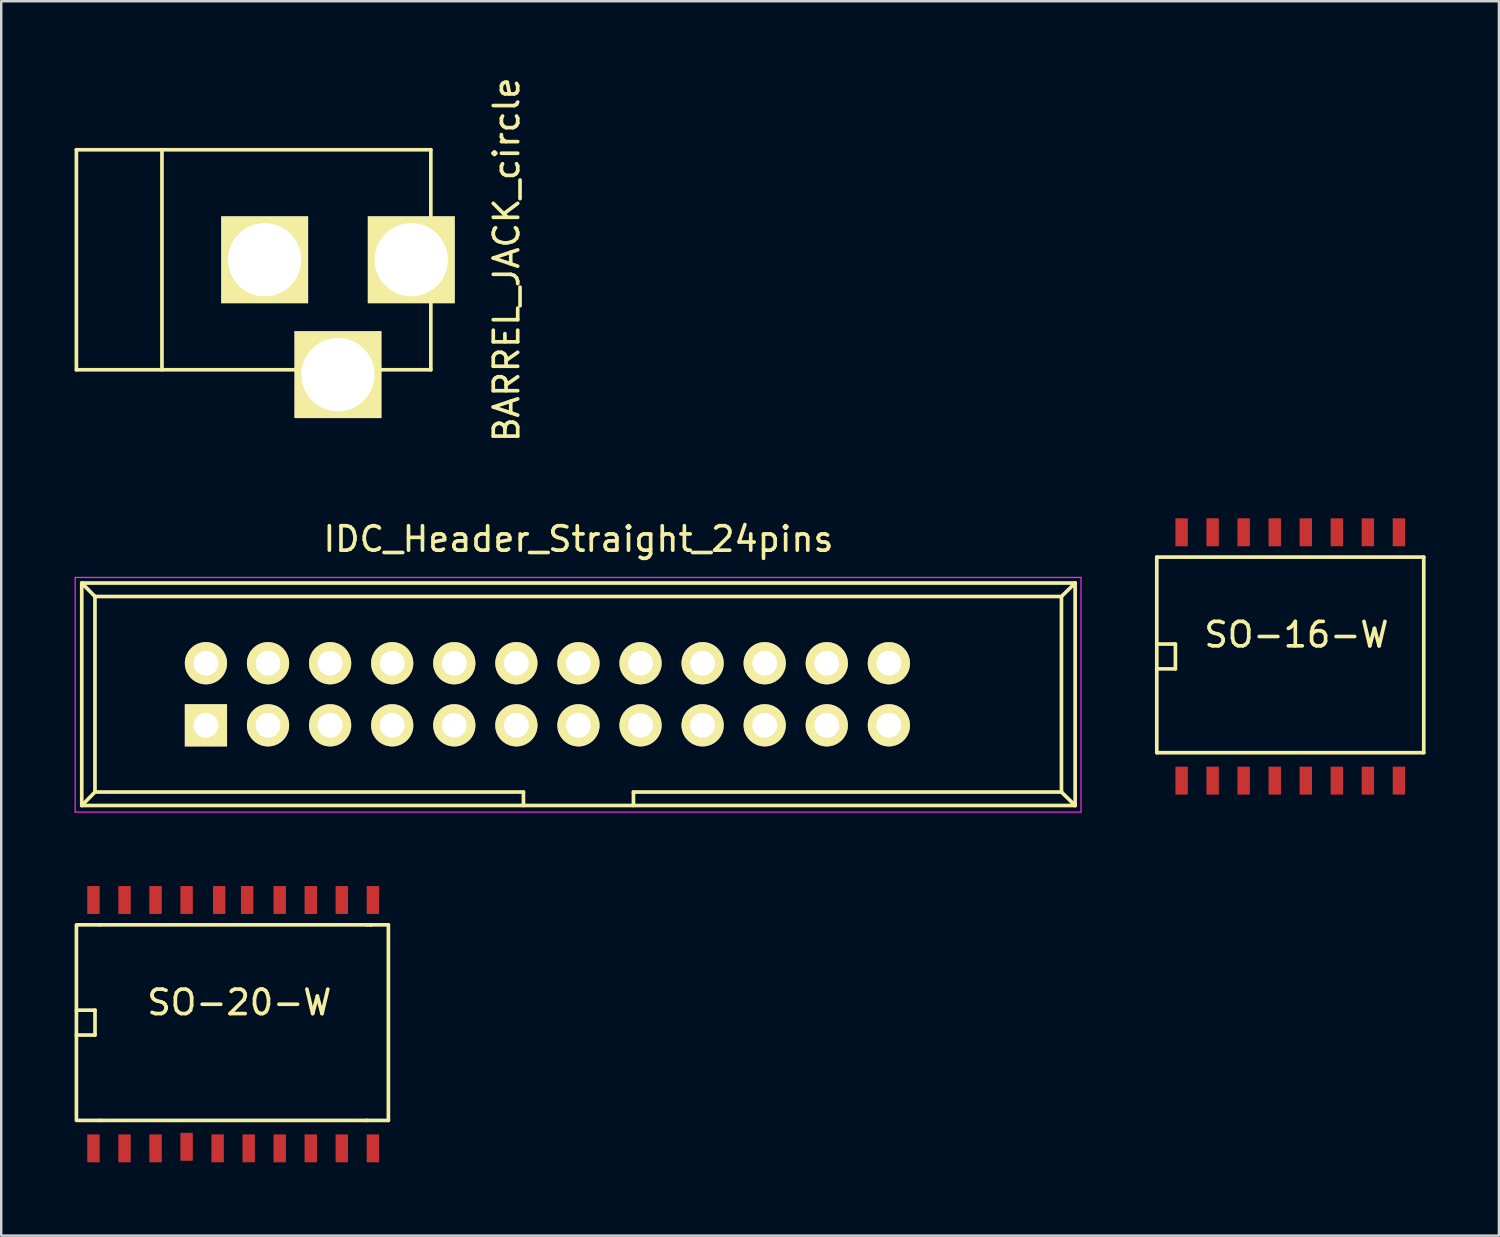
<source format=kicad_pcb>
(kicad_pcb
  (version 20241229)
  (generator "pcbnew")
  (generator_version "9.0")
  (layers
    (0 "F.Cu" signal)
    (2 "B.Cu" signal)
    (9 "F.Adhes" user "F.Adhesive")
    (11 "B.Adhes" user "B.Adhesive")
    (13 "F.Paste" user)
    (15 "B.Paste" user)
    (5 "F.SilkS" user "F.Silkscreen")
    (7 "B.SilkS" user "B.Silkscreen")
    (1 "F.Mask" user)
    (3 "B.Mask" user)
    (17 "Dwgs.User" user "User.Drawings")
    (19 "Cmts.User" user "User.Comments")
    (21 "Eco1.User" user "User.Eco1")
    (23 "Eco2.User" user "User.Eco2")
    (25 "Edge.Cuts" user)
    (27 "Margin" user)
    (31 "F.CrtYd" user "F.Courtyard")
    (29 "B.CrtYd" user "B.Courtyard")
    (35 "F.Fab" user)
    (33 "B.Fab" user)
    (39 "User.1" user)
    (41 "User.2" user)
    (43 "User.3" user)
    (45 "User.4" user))
  (footprint "SO-20-W"
    (layer "F.Cu")
    (at 6.489 38.85)
    (property "Reference" "SO-20-W" (at 0.254 -0.889 0) (layer "F.SilkS") (effects (font (size 1 1) (thickness 0.15))))
    (attr smd)
    (fp_line (start -6.413 -0.572) (end -5.652 -0.572) (stroke (width 0.15) (type solid)) (layer "F.SilkS"))
    (fp_line (start -6.413 3.937) (end -6.413 -4.064) (stroke (width 0.15) (type solid)) (layer "F.SilkS"))
    (fp_line (start -5.652 -0.572) (end -5.652 0.445) (stroke (width 0.15) (type solid)) (layer "F.SilkS"))
    (fp_line (start -5.652 0.445) (end -6.413 0.445) (stroke (width 0.15) (type solid)) (layer "F.SilkS"))
    (fp_line (start -5.461 -4.064) (end -6.35 -4.064) (stroke (width 0.15) (type solid)) (layer "F.SilkS"))
    (fp_line (start -5.461 -4.064) (end 5.461 -4.064) (stroke (width 0.15) (type solid)) (layer "F.SilkS"))
    (fp_line (start -5.461 3.937) (end -6.35 3.937) (stroke (width 0.15) (type solid)) (layer "F.SilkS"))
    (fp_line (start 5.461 3.937) (end -5.461 3.937) (stroke (width 0.15) (type solid)) (layer "F.SilkS"))
    (fp_line (start 5.461 3.937) (end 6.35 3.937) (stroke (width 0.15) (type solid)) (layer "F.SilkS"))
    (fp_line (start 5.588 -4.064) (end 6.35 -4.064) (stroke (width 0.15) (type solid)) (layer "F.SilkS"))
    (fp_line (start 5.652 -4.064) (end 5.461 -4.064) (stroke (width 0.15) (type solid)) (layer "F.SilkS"))
    (fp_line (start 6.35 -4.064) (end 6.35 3.937) (stroke (width 0.15) (type solid)) (layer "F.SilkS"))
    (pad "1" smd rect (at -5.715 5.08) (size 0.508 1.143) (layers "F.Cu" "F.Mask" "F.Paste"))
    (pad "2" smd rect (at -4.445 5.08) (size 0.508 1.143) (layers "F.Cu" "F.Mask" "F.Paste"))
    (pad "3" smd rect (at -3.175 5.08) (size 0.508 1.143) (layers "F.Cu" "F.Mask" "F.Paste"))
    (pad "4" smd rect (at -1.905 5.016) (size 0.508 1.143) (layers "F.Cu" "F.Mask" "F.Paste"))
    (pad "5" smd rect (at -0.635 5.08) (size 0.508 1.143) (layers "F.Cu" "F.Mask" "F.Paste"))
    (pad "6" smd rect (at 0.635 5.08) (size 0.508 1.143) (layers "F.Cu" "F.Mask" "F.Paste"))
    (pad "7" smd rect (at 1.905 5.08) (size 0.508 1.143) (layers "F.Cu" "F.Mask" "F.Paste"))
    (pad "8" smd rect (at 3.175 5.08) (size 0.508 1.143) (layers "F.Cu" "F.Mask" "F.Paste"))
    (pad "9" smd rect (at 4.445 5.08) (size 0.508 1.143) (layers "F.Cu" "F.Mask" "F.Paste"))
    (pad "10" smd rect (at 5.715 5.08) (size 0.508 1.143) (layers "F.Cu" "F.Mask" "F.Paste"))
    (pad "11" smd rect (at 5.715 -5.08) (size 0.508 1.143) (layers "F.Cu" "F.Mask" "F.Paste"))
    (pad "12" smd rect (at 4.445 -5.08) (size 0.508 1.143) (layers "F.Cu" "F.Mask" "F.Paste"))
    (pad "13" smd rect (at 3.175 -5.08) (size 0.508 1.143) (layers "F.Cu" "F.Mask" "F.Paste"))
    (pad "14" smd rect (at 1.905 -5.08) (size 0.508 1.143) (layers "F.Cu" "F.Mask" "F.Paste"))
    (pad "15" smd rect (at 0.572 -5.08) (size 0.508 1.143) (layers "F.Cu" "F.Mask" "F.Paste"))
    (pad "16" smd rect (at -0.572 -5.08) (size 0.508 1.143) (layers "F.Cu" "F.Mask" "F.Paste"))
    (pad "17" smd rect (at -1.905 -5.08) (size 0.508 1.143) (layers "F.Cu" "F.Mask" "F.Paste"))
    (pad "18" smd rect (at -3.175 -5.08) (size 0.508 1.143) (layers "F.Cu" "F.Mask" "F.Paste"))
    (pad "19" smd rect (at -4.445 -5.08) (size 0.508 1.143) (layers "F.Cu" "F.Mask" "F.Paste"))
    (pad "20" smd rect (at -5.715 -5.08) (size 0.508 1.143) (layers "F.Cu" "F.Mask" "F.Paste")))
  (footprint "SO-16-W"
    (layer "F.Cu")
    (at 49.736 23.806)
    (property "Reference" "SO-16-W" (at 0.254 -0.889 0) (layer "F.SilkS") (effects (font (size 1 1) (thickness 0.15))))
    (attr smd)
    (fp_line (start -5.461 -4.064) (end 5.461 -4.064) (stroke (width 0.15) (type solid)) (layer "F.SilkS"))
    (fp_line (start -5.461 -0.508) (end -4.699 -0.508) (stroke (width 0.15) (type solid)) (layer "F.SilkS"))
    (fp_line (start -5.461 3.937) (end -5.461 -4.064) (stroke (width 0.15) (type solid)) (layer "F.SilkS"))
    (fp_line (start -4.699 -0.508) (end -4.699 0.508) (stroke (width 0.15) (type solid)) (layer "F.SilkS"))
    (fp_line (start -4.699 0.508) (end -5.461 0.508) (stroke (width 0.15) (type solid)) (layer "F.SilkS"))
    (fp_line (start 5.461 -4.064) (end 5.461 3.937) (stroke (width 0.15) (type solid)) (layer "F.SilkS"))
    (fp_line (start 5.461 3.937) (end -5.461 3.937) (stroke (width 0.15) (type solid)) (layer "F.SilkS"))
    (pad "1" smd rect (at -4.445 5.08) (size 0.508 1.143) (layers "F.Cu" "F.Mask" "F.Paste"))
    (pad "2" smd rect (at -3.175 5.08) (size 0.508 1.143) (layers "F.Cu" "F.Mask" "F.Paste"))
    (pad "3" smd rect (at -1.905 5.08) (size 0.508 1.143) (layers "F.Cu" "F.Mask" "F.Paste"))
    (pad "4" smd rect (at -0.635 5.08) (size 0.508 1.143) (layers "F.Cu" "F.Mask" "F.Paste"))
    (pad "5" smd rect (at 0.635 5.08) (size 0.508 1.143) (layers "F.Cu" "F.Mask" "F.Paste"))
    (pad "6" smd rect (at 1.905 5.08) (size 0.508 1.143) (layers "F.Cu" "F.Mask" "F.Paste"))
    (pad "7" smd rect (at 3.175 5.08) (size 0.508 1.143) (layers "F.Cu" "F.Mask" "F.Paste"))
    (pad "8" smd rect (at 4.445 5.08) (size 0.508 1.143) (layers "F.Cu" "F.Mask" "F.Paste"))
    (pad "9" smd rect (at 4.445 -5.08) (size 0.508 1.143) (layers "F.Cu" "F.Mask" "F.Paste"))
    (pad "10" smd rect (at 3.175 -5.08) (size 0.508 1.143) (layers "F.Cu" "F.Mask" "F.Paste"))
    (pad "11" smd rect (at 1.905 -5.08) (size 0.508 1.143) (layers "F.Cu" "F.Mask" "F.Paste"))
    (pad "12" smd rect (at 0.635 -5.08) (size 0.508 1.143) (layers "F.Cu" "F.Mask" "F.Paste"))
    (pad "13" smd rect (at -0.635 -5.08) (size 0.508 1.143) (layers "F.Cu" "F.Mask" "F.Paste"))
    (pad "14" smd rect (at -1.905 -5.08) (size 0.508 1.143) (layers "F.Cu" "F.Mask" "F.Paste"))
    (pad "15" smd rect (at -3.175 -5.08) (size 0.508 1.143) (layers "F.Cu" "F.Mask" "F.Paste"))
    (pad "16" smd rect (at -4.445 -5.08) (size 0.508 1.143) (layers "F.Cu" "F.Mask" "F.Paste")))
  (footprint "IDC_Header_Straight_24pins"
    (layer "F.Cu")
    (at 5.375 26.623)
    (property "Reference" "IDC_Header_Straight_24pins" (at 15.24 -7.62 0) (layer "F.SilkS") (effects (font (size 1 1) (thickness 0.15))))
    (attr through_hole)
    (fp_line (start -5.08 -5.82) (end -5.08 3.28) (stroke (width 0.15) (type solid)) (layer "F.SilkS"))
    (fp_line (start -5.08 -5.82) (end -4.54 -5.27) (stroke (width 0.15) (type solid)) (layer "F.SilkS"))
    (fp_line (start -5.08 -5.82) (end 35.56 -5.82) (stroke (width 0.15) (type solid)) (layer "F.SilkS"))
    (fp_line (start -5.08 3.28) (end -4.54 2.73) (stroke (width 0.15) (type solid)) (layer "F.SilkS"))
    (fp_line (start -5.08 3.28) (end 35.56 3.28) (stroke (width 0.15) (type solid)) (layer "F.SilkS"))
    (fp_line (start -4.54 -5.27) (end -4.54 2.73) (stroke (width 0.15) (type solid)) (layer "F.SilkS"))
    (fp_line (start -4.54 -5.27) (end 35 -5.27) (stroke (width 0.15) (type solid)) (layer "F.SilkS"))
    (fp_line (start -4.54 2.73) (end 12.99 2.73) (stroke (width 0.15) (type solid)) (layer "F.SilkS"))
    (fp_line (start 12.99 2.73) (end 12.99 3.28) (stroke (width 0.15) (type solid)) (layer "F.SilkS"))
    (fp_line (start 17.49 2.73) (end 17.49 3.28) (stroke (width 0.15) (type solid)) (layer "F.SilkS"))
    (fp_line (start 17.49 2.73) (end 35 2.73) (stroke (width 0.15) (type solid)) (layer "F.SilkS"))
    (fp_line (start 35 -5.27) (end 35 2.73) (stroke (width 0.15) (type solid)) (layer "F.SilkS"))
    (fp_line (start 35.56 -5.82) (end 35 -5.27) (stroke (width 0.15) (type solid)) (layer "F.SilkS"))
    (fp_line (start 35.56 -5.82) (end 35.56 3.28) (stroke (width 0.15) (type solid)) (layer "F.SilkS"))
    (fp_line (start 35.56 3.28) (end 35 2.73) (stroke (width 0.15) (type solid)) (layer "F.SilkS"))
    (fp_line (start -5.35 -6.05) (end 35.8 -6.05) (stroke (width 0.05) (type solid)) (layer "F.CrtYd"))
    (fp_line (start -5.35 3.55) (end -5.35 -6.05) (stroke (width 0.05) (type solid)) (layer "F.CrtYd"))
    (fp_line (start 35.8 -6.05) (end 35.8 3.55) (stroke (width 0.05) (type solid)) (layer "F.CrtYd"))
    (fp_line (start 35.8 3.55) (end -5.35 3.55) (stroke (width 0.05) (type solid)) (layer "F.CrtYd"))
    (pad "1" thru_hole rect (at 0 0) (size 1.727 1.727) (drill 1.016) (layers "*.Cu" "*.Mask" "F.SilkS"))
    (pad "2" thru_hole oval (at 0 -2.54) (size 1.727 1.727) (drill 1.016) (layers "*.Cu" "*.Mask" "F.SilkS"))
    (pad "3" thru_hole oval (at 2.54 0) (size 1.727 1.727) (drill 1.016) (layers "*.Cu" "*.Mask" "F.SilkS"))
    (pad "4" thru_hole oval (at 2.54 -2.54) (size 1.727 1.727) (drill 1.016) (layers "*.Cu" "*.Mask" "F.SilkS"))
    (pad "5" thru_hole oval (at 5.08 0) (size 1.727 1.727) (drill 1.016) (layers "*.Cu" "*.Mask" "F.SilkS"))
    (pad "6" thru_hole oval (at 5.08 -2.54) (size 1.727 1.727) (drill 1.016) (layers "*.Cu" "*.Mask" "F.SilkS"))
    (pad "7" thru_hole oval (at 7.62 0) (size 1.727 1.727) (drill 1.016) (layers "*.Cu" "*.Mask" "F.SilkS"))
    (pad "8" thru_hole oval (at 7.62 -2.54) (size 1.727 1.727) (drill 1.016) (layers "*.Cu" "*.Mask" "F.SilkS"))
    (pad "9" thru_hole oval (at 10.16 0) (size 1.727 1.727) (drill 1.016) (layers "*.Cu" "*.Mask" "F.SilkS"))
    (pad "10" thru_hole oval (at 10.16 -2.54) (size 1.727 1.727) (drill 1.016) (layers "*.Cu" "*.Mask" "F.SilkS"))
    (pad "11" thru_hole oval (at 12.7 0) (size 1.727 1.727) (drill 1.016) (layers "*.Cu" "*.Mask" "F.SilkS"))
    (pad "12" thru_hole oval (at 12.7 -2.54) (size 1.727 1.727) (drill 1.016) (layers "*.Cu" "*.Mask" "F.SilkS"))
    (pad "13" thru_hole oval (at 15.24 0) (size 1.727 1.727) (drill 1.016) (layers "*.Cu" "*.Mask" "F.SilkS"))
    (pad "14" thru_hole oval (at 15.24 -2.54) (size 1.727 1.727) (drill 1.016) (layers "*.Cu" "*.Mask" "F.SilkS"))
    (pad "15" thru_hole oval (at 17.78 0) (size 1.727 1.727) (drill 1.016) (layers "*.Cu" "*.Mask" "F.SilkS"))
    (pad "16" thru_hole oval (at 17.78 -2.54) (size 1.727 1.727) (drill 1.016) (layers "*.Cu" "*.Mask" "F.SilkS"))
    (pad "17" thru_hole oval (at 20.32 0) (size 1.727 1.727) (drill 1.016) (layers "*.Cu" "*.Mask" "F.SilkS"))
    (pad "18" thru_hole oval (at 20.32 -2.54) (size 1.727 1.727) (drill 1.016) (layers "*.Cu" "*.Mask" "F.SilkS"))
    (pad "19" thru_hole oval (at 22.86 0) (size 1.727 1.727) (drill 1.016) (layers "*.Cu" "*.Mask" "F.SilkS"))
    (pad "20" thru_hole oval (at 22.86 -2.54) (size 1.727 1.727) (drill 1.016) (layers "*.Cu" "*.Mask" "F.SilkS"))
    (pad "21" thru_hole oval (at 25.4 0) (size 1.727 1.727) (drill 1.016) (layers "*.Cu" "*.Mask" "F.SilkS"))
    (pad "22" thru_hole oval (at 25.4 -2.54) (size 1.727 1.727) (drill 1.016) (layers "*.Cu" "*.Mask" "F.SilkS"))
    (pad "23" thru_hole oval (at 27.94 0) (size 1.727 1.727) (drill 1.016) (layers "*.Cu" "*.Mask" "F.SilkS"))
    (pad "24" thru_hole oval (at 27.94 -2.54) (size 1.727 1.727) (drill 1.016) (layers "*.Cu" "*.Mask" "F.SilkS")))
  (footprint "BARREL_JACK_circle"
    (layer "F.Cu")
    (at 7.576 7.577)
    (property "Reference" "BARREL_JACK_circle" (at 10.099 0 90) (layer "F.SilkS") (effects (font (size 1 1) (thickness 0.15))))
    (attr through_hole)
    (fp_line (start -7.501 -4.501) (end -7.501 4.501) (stroke (width 0.15) (type solid)) (layer "F.SilkS"))
    (fp_line (start -7.501 4.501) (end 7 4.501) (stroke (width 0.15) (type solid)) (layer "F.SilkS"))
    (fp_line (start -4 -4.501) (end -4 4.501) (stroke (width 0.15) (type solid)) (layer "F.SilkS"))
    (fp_line (start 7 -4.501) (end -7.501 -4.501) (stroke (width 0.15) (type solid)) (layer "F.SilkS"))
    (fp_line (start 7 4.501) (end 7 -4.501) (stroke (width 0.15) (type solid)) (layer "F.SilkS"))
    (pad "1" thru_hole rect (at 6.2 0) (size 3.556 3.556) (drill 2.997) (layers "*.Cu" "*.Mask" "F.SilkS"))
    (pad "2" thru_hole rect (at 0.201 0) (size 3.556 3.556) (drill 2.997) (layers "*.Cu" "*.Mask" "F.SilkS"))
    (pad "3" thru_hole rect (at 3.2 4.699) (size 3.556 3.556) (drill 2.997) (layers "*.Cu" "*.Mask" "F.SilkS")))
  (gr_rect
    (start -3 -3)
    (end 58.272 47.501)
    (stroke (width 0.1) (type default))
    (fill no)
    (layer "Edge.Cuts")))
</source>
